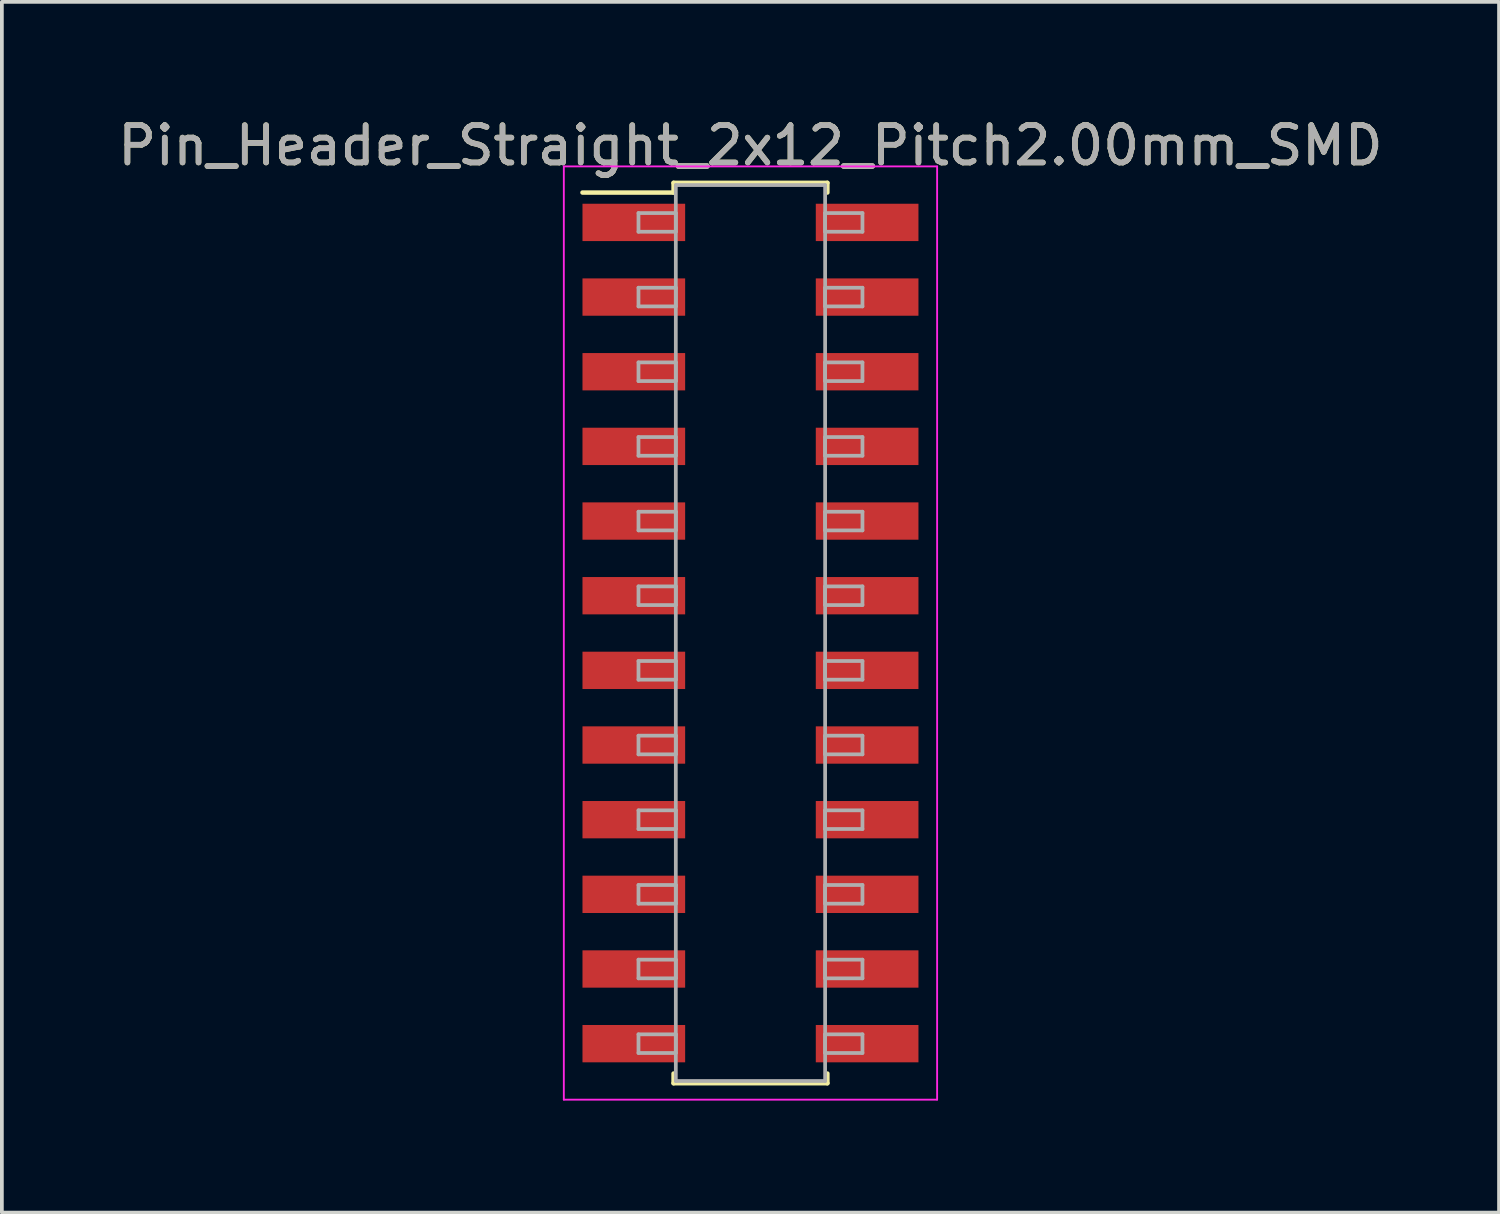
<source format=kicad_pcb>
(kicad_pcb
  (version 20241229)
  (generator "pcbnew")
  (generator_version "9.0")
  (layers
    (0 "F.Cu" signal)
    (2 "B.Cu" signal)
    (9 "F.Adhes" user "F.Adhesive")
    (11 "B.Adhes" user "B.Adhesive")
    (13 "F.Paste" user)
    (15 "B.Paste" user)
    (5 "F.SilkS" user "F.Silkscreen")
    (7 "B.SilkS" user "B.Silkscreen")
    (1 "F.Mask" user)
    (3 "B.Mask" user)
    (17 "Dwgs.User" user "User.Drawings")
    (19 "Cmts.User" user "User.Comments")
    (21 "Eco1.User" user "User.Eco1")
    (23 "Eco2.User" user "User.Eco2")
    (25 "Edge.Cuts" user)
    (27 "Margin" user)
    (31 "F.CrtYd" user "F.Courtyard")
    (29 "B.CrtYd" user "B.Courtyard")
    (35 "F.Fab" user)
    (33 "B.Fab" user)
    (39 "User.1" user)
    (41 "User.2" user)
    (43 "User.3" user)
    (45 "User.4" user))
  (footprint "Pin_Header_Straight_2x12_Pitch2.00mm_SMD"
    (layer "F.Cu")
    (at 17.054 13.908)
    (property "Reference" "Pin_Header_Straight_2x12_Pitch2.00mm_SMD" (at 0 -13.06 0) (layer "F.SilkS") (effects (font (size 1 1) (thickness 0.15))))
    (attr smd)
    (fp_line (start -4.5 -11.8) (end -2.06 -11.8) (stroke (width 0.12) (type solid)) (layer "F.SilkS"))
    (fp_line (start -2.06 -12.06) (end 2.06 -12.06) (stroke (width 0.12) (type solid)) (layer "F.SilkS"))
    (fp_line (start -2.06 -11.8) (end -2.06 -12.06) (stroke (width 0.12) (type solid)) (layer "F.SilkS"))
    (fp_line (start -2.06 11.8) (end -2.06 12.06) (stroke (width 0.12) (type solid)) (layer "F.SilkS"))
    (fp_line (start -2.06 12.06) (end 2.06 12.06) (stroke (width 0.12) (type solid)) (layer "F.SilkS"))
    (fp_line (start 2.06 -12.06) (end 2.06 -11.8) (stroke (width 0.12) (type solid)) (layer "F.SilkS"))
    (fp_line (start 2.06 12.06) (end 2.06 11.8) (stroke (width 0.12) (type solid)) (layer "F.SilkS"))
    (fp_line (start -5 -12.5) (end -5 12.5) (stroke (width 0.05) (type solid)) (layer "F.CrtYd"))
    (fp_line (start -5 12.5) (end 5 12.5) (stroke (width 0.05) (type solid)) (layer "F.CrtYd"))
    (fp_line (start 5 -12.5) (end -5 -12.5) (stroke (width 0.05) (type solid)) (layer "F.CrtYd"))
    (fp_line (start 5 12.5) (end 5 -12.5) (stroke (width 0.05) (type solid)) (layer "F.CrtYd"))
    (fp_line (start -3 -11.25) (end -2 -11.25) (stroke (width 0.1) (type solid)) (layer "F.Fab"))
    (fp_line (start -3 -10.75) (end -3 -11.25) (stroke (width 0.1) (type solid)) (layer "F.Fab"))
    (fp_line (start -3 -9.25) (end -2 -9.25) (stroke (width 0.1) (type solid)) (layer "F.Fab"))
    (fp_line (start -3 -8.75) (end -3 -9.25) (stroke (width 0.1) (type solid)) (layer "F.Fab"))
    (fp_line (start -3 -7.25) (end -2 -7.25) (stroke (width 0.1) (type solid)) (layer "F.Fab"))
    (fp_line (start -3 -6.75) (end -3 -7.25) (stroke (width 0.1) (type solid)) (layer "F.Fab"))
    (fp_line (start -3 -5.25) (end -2 -5.25) (stroke (width 0.1) (type solid)) (layer "F.Fab"))
    (fp_line (start -3 -4.75) (end -3 -5.25) (stroke (width 0.1) (type solid)) (layer "F.Fab"))
    (fp_line (start -3 -3.25) (end -2 -3.25) (stroke (width 0.1) (type solid)) (layer "F.Fab"))
    (fp_line (start -3 -2.75) (end -3 -3.25) (stroke (width 0.1) (type solid)) (layer "F.Fab"))
    (fp_line (start -3 -1.25) (end -2 -1.25) (stroke (width 0.1) (type solid)) (layer "F.Fab"))
    (fp_line (start -3 -0.75) (end -3 -1.25) (stroke (width 0.1) (type solid)) (layer "F.Fab"))
    (fp_line (start -3 0.75) (end -2 0.75) (stroke (width 0.1) (type solid)) (layer "F.Fab"))
    (fp_line (start -3 1.25) (end -3 0.75) (stroke (width 0.1) (type solid)) (layer "F.Fab"))
    (fp_line (start -3 2.75) (end -2 2.75) (stroke (width 0.1) (type solid)) (layer "F.Fab"))
    (fp_line (start -3 3.25) (end -3 2.75) (stroke (width 0.1) (type solid)) (layer "F.Fab"))
    (fp_line (start -3 4.75) (end -2 4.75) (stroke (width 0.1) (type solid)) (layer "F.Fab"))
    (fp_line (start -3 5.25) (end -3 4.75) (stroke (width 0.1) (type solid)) (layer "F.Fab"))
    (fp_line (start -3 6.75) (end -2 6.75) (stroke (width 0.1) (type solid)) (layer "F.Fab"))
    (fp_line (start -3 7.25) (end -3 6.75) (stroke (width 0.1) (type solid)) (layer "F.Fab"))
    (fp_line (start -3 8.75) (end -2 8.75) (stroke (width 0.1) (type solid)) (layer "F.Fab"))
    (fp_line (start -3 9.25) (end -3 8.75) (stroke (width 0.1) (type solid)) (layer "F.Fab"))
    (fp_line (start -3 10.75) (end -2 10.75) (stroke (width 0.1) (type solid)) (layer "F.Fab"))
    (fp_line (start -3 11.25) (end -3 10.75) (stroke (width 0.1) (type solid)) (layer "F.Fab"))
    (fp_line (start -2 -12) (end -2 12) (stroke (width 0.1) (type solid)) (layer "F.Fab"))
    (fp_line (start -2 -11.25) (end -2 -10.75) (stroke (width 0.1) (type solid)) (layer "F.Fab"))
    (fp_line (start -2 -10.75) (end -3 -10.75) (stroke (width 0.1) (type solid)) (layer "F.Fab"))
    (fp_line (start -2 -9.25) (end -2 -8.75) (stroke (width 0.1) (type solid)) (layer "F.Fab"))
    (fp_line (start -2 -8.75) (end -3 -8.75) (stroke (width 0.1) (type solid)) (layer "F.Fab"))
    (fp_line (start -2 -7.25) (end -2 -6.75) (stroke (width 0.1) (type solid)) (layer "F.Fab"))
    (fp_line (start -2 -6.75) (end -3 -6.75) (stroke (width 0.1) (type solid)) (layer "F.Fab"))
    (fp_line (start -2 -5.25) (end -2 -4.75) (stroke (width 0.1) (type solid)) (layer "F.Fab"))
    (fp_line (start -2 -4.75) (end -3 -4.75) (stroke (width 0.1) (type solid)) (layer "F.Fab"))
    (fp_line (start -2 -3.25) (end -2 -2.75) (stroke (width 0.1) (type solid)) (layer "F.Fab"))
    (fp_line (start -2 -2.75) (end -3 -2.75) (stroke (width 0.1) (type solid)) (layer "F.Fab"))
    (fp_line (start -2 -1.25) (end -2 -0.75) (stroke (width 0.1) (type solid)) (layer "F.Fab"))
    (fp_line (start -2 -0.75) (end -3 -0.75) (stroke (width 0.1) (type solid)) (layer "F.Fab"))
    (fp_line (start -2 0.75) (end -2 1.25) (stroke (width 0.1) (type solid)) (layer "F.Fab"))
    (fp_line (start -2 1.25) (end -3 1.25) (stroke (width 0.1) (type solid)) (layer "F.Fab"))
    (fp_line (start -2 2.75) (end -2 3.25) (stroke (width 0.1) (type solid)) (layer "F.Fab"))
    (fp_line (start -2 3.25) (end -3 3.25) (stroke (width 0.1) (type solid)) (layer "F.Fab"))
    (fp_line (start -2 4.75) (end -2 5.25) (stroke (width 0.1) (type solid)) (layer "F.Fab"))
    (fp_line (start -2 5.25) (end -3 5.25) (stroke (width 0.1) (type solid)) (layer "F.Fab"))
    (fp_line (start -2 6.75) (end -2 7.25) (stroke (width 0.1) (type solid)) (layer "F.Fab"))
    (fp_line (start -2 7.25) (end -3 7.25) (stroke (width 0.1) (type solid)) (layer "F.Fab"))
    (fp_line (start -2 8.75) (end -2 9.25) (stroke (width 0.1) (type solid)) (layer "F.Fab"))
    (fp_line (start -2 9.25) (end -3 9.25) (stroke (width 0.1) (type solid)) (layer "F.Fab"))
    (fp_line (start -2 10.75) (end -2 11.25) (stroke (width 0.1) (type solid)) (layer "F.Fab"))
    (fp_line (start -2 11.25) (end -3 11.25) (stroke (width 0.1) (type solid)) (layer "F.Fab"))
    (fp_line (start -2 12) (end 2 12) (stroke (width 0.1) (type solid)) (layer "F.Fab"))
    (fp_line (start 2 -12) (end -2 -12) (stroke (width 0.1) (type solid)) (layer "F.Fab"))
    (fp_line (start 2 -11.25) (end 2 -10.75) (stroke (width 0.1) (type solid)) (layer "F.Fab"))
    (fp_line (start 2 -10.75) (end 3 -10.75) (stroke (width 0.1) (type solid)) (layer "F.Fab"))
    (fp_line (start 2 -9.25) (end 2 -8.75) (stroke (width 0.1) (type solid)) (layer "F.Fab"))
    (fp_line (start 2 -8.75) (end 3 -8.75) (stroke (width 0.1) (type solid)) (layer "F.Fab"))
    (fp_line (start 2 -7.25) (end 2 -6.75) (stroke (width 0.1) (type solid)) (layer "F.Fab"))
    (fp_line (start 2 -6.75) (end 3 -6.75) (stroke (width 0.1) (type solid)) (layer "F.Fab"))
    (fp_line (start 2 -5.25) (end 2 -4.75) (stroke (width 0.1) (type solid)) (layer "F.Fab"))
    (fp_line (start 2 -4.75) (end 3 -4.75) (stroke (width 0.1) (type solid)) (layer "F.Fab"))
    (fp_line (start 2 -3.25) (end 2 -2.75) (stroke (width 0.1) (type solid)) (layer "F.Fab"))
    (fp_line (start 2 -2.75) (end 3 -2.75) (stroke (width 0.1) (type solid)) (layer "F.Fab"))
    (fp_line (start 2 -1.25) (end 2 -0.75) (stroke (width 0.1) (type solid)) (layer "F.Fab"))
    (fp_line (start 2 -0.75) (end 3 -0.75) (stroke (width 0.1) (type solid)) (layer "F.Fab"))
    (fp_line (start 2 0.75) (end 2 1.25) (stroke (width 0.1) (type solid)) (layer "F.Fab"))
    (fp_line (start 2 1.25) (end 3 1.25) (stroke (width 0.1) (type solid)) (layer "F.Fab"))
    (fp_line (start 2 2.75) (end 2 3.25) (stroke (width 0.1) (type solid)) (layer "F.Fab"))
    (fp_line (start 2 3.25) (end 3 3.25) (stroke (width 0.1) (type solid)) (layer "F.Fab"))
    (fp_line (start 2 4.75) (end 2 5.25) (stroke (width 0.1) (type solid)) (layer "F.Fab"))
    (fp_line (start 2 5.25) (end 3 5.25) (stroke (width 0.1) (type solid)) (layer "F.Fab"))
    (fp_line (start 2 6.75) (end 2 7.25) (stroke (width 0.1) (type solid)) (layer "F.Fab"))
    (fp_line (start 2 7.25) (end 3 7.25) (stroke (width 0.1) (type solid)) (layer "F.Fab"))
    (fp_line (start 2 8.75) (end 2 9.25) (stroke (width 0.1) (type solid)) (layer "F.Fab"))
    (fp_line (start 2 9.25) (end 3 9.25) (stroke (width 0.1) (type solid)) (layer "F.Fab"))
    (fp_line (start 2 10.75) (end 2 11.25) (stroke (width 0.1) (type solid)) (layer "F.Fab"))
    (fp_line (start 2 11.25) (end 3 11.25) (stroke (width 0.1) (type solid)) (layer "F.Fab"))
    (fp_line (start 2 12) (end 2 -12) (stroke (width 0.1) (type solid)) (layer "F.Fab"))
    (fp_line (start 3 -11.25) (end 2 -11.25) (stroke (width 0.1) (type solid)) (layer "F.Fab"))
    (fp_line (start 3 -10.75) (end 3 -11.25) (stroke (width 0.1) (type solid)) (layer "F.Fab"))
    (fp_line (start 3 -9.25) (end 2 -9.25) (stroke (width 0.1) (type solid)) (layer "F.Fab"))
    (fp_line (start 3 -8.75) (end 3 -9.25) (stroke (width 0.1) (type solid)) (layer "F.Fab"))
    (fp_line (start 3 -7.25) (end 2 -7.25) (stroke (width 0.1) (type solid)) (layer "F.Fab"))
    (fp_line (start 3 -6.75) (end 3 -7.25) (stroke (width 0.1) (type solid)) (layer "F.Fab"))
    (fp_line (start 3 -5.25) (end 2 -5.25) (stroke (width 0.1) (type solid)) (layer "F.Fab"))
    (fp_line (start 3 -4.75) (end 3 -5.25) (stroke (width 0.1) (type solid)) (layer "F.Fab"))
    (fp_line (start 3 -3.25) (end 2 -3.25) (stroke (width 0.1) (type solid)) (layer "F.Fab"))
    (fp_line (start 3 -2.75) (end 3 -3.25) (stroke (width 0.1) (type solid)) (layer "F.Fab"))
    (fp_line (start 3 -1.25) (end 2 -1.25) (stroke (width 0.1) (type solid)) (layer "F.Fab"))
    (fp_line (start 3 -0.75) (end 3 -1.25) (stroke (width 0.1) (type solid)) (layer "F.Fab"))
    (fp_line (start 3 0.75) (end 2 0.75) (stroke (width 0.1) (type solid)) (layer "F.Fab"))
    (fp_line (start 3 1.25) (end 3 0.75) (stroke (width 0.1) (type solid)) (layer "F.Fab"))
    (fp_line (start 3 2.75) (end 2 2.75) (stroke (width 0.1) (type solid)) (layer "F.Fab"))
    (fp_line (start 3 3.25) (end 3 2.75) (stroke (width 0.1) (type solid)) (layer "F.Fab"))
    (fp_line (start 3 4.75) (end 2 4.75) (stroke (width 0.1) (type solid)) (layer "F.Fab"))
    (fp_line (start 3 5.25) (end 3 4.75) (stroke (width 0.1) (type solid)) (layer "F.Fab"))
    (fp_line (start 3 6.75) (end 2 6.75) (stroke (width 0.1) (type solid)) (layer "F.Fab"))
    (fp_line (start 3 7.25) (end 3 6.75) (stroke (width 0.1) (type solid)) (layer "F.Fab"))
    (fp_line (start 3 8.75) (end 2 8.75) (stroke (width 0.1) (type solid)) (layer "F.Fab"))
    (fp_line (start 3 9.25) (end 3 8.75) (stroke (width 0.1) (type solid)) (layer "F.Fab"))
    (fp_line (start 3 10.75) (end 2 10.75) (stroke (width 0.1) (type solid)) (layer "F.Fab"))
    (fp_line (start 3 11.25) (end 3 10.75) (stroke (width 0.1) (type solid)) (layer "F.Fab"))
    (fp_text user "${REFERENCE}" (at 0 -13.06 0) (layer "F.Fab") (effects (font (size 1 1) (thickness 0.15))))
    (pad "1" smd rect (at -3.125 -11) (size 2.75 1) (layers "F.Cu" "F.Mask" "F.Paste"))
    (pad "2" smd rect (at 3.125 -11) (size 2.75 1) (layers "F.Cu" "F.Mask" "F.Paste"))
    (pad "3" smd rect (at -3.125 -9) (size 2.75 1) (layers "F.Cu" "F.Mask" "F.Paste"))
    (pad "4" smd rect (at 3.125 -9) (size 2.75 1) (layers "F.Cu" "F.Mask" "F.Paste"))
    (pad "5" smd rect (at -3.125 -7) (size 2.75 1) (layers "F.Cu" "F.Mask" "F.Paste"))
    (pad "6" smd rect (at 3.125 -7) (size 2.75 1) (layers "F.Cu" "F.Mask" "F.Paste"))
    (pad "7" smd rect (at -3.125 -5) (size 2.75 1) (layers "F.Cu" "F.Mask" "F.Paste"))
    (pad "8" smd rect (at 3.125 -5) (size 2.75 1) (layers "F.Cu" "F.Mask" "F.Paste"))
    (pad "9" smd rect (at -3.125 -3) (size 2.75 1) (layers "F.Cu" "F.Mask" "F.Paste"))
    (pad "10" smd rect (at 3.125 -3) (size 2.75 1) (layers "F.Cu" "F.Mask" "F.Paste"))
    (pad "11" smd rect (at -3.125 -1) (size 2.75 1) (layers "F.Cu" "F.Mask" "F.Paste"))
    (pad "12" smd rect (at 3.125 -1) (size 2.75 1) (layers "F.Cu" "F.Mask" "F.Paste"))
    (pad "13" smd rect (at -3.125 1) (size 2.75 1) (layers "F.Cu" "F.Mask" "F.Paste"))
    (pad "14" smd rect (at 3.125 1) (size 2.75 1) (layers "F.Cu" "F.Mask" "F.Paste"))
    (pad "15" smd rect (at -3.125 3) (size 2.75 1) (layers "F.Cu" "F.Mask" "F.Paste"))
    (pad "16" smd rect (at 3.125 3) (size 2.75 1) (layers "F.Cu" "F.Mask" "F.Paste"))
    (pad "17" smd rect (at -3.125 5) (size 2.75 1) (layers "F.Cu" "F.Mask" "F.Paste"))
    (pad "18" smd rect (at 3.125 5) (size 2.75 1) (layers "F.Cu" "F.Mask" "F.Paste"))
    (pad "19" smd rect (at -3.125 7) (size 2.75 1) (layers "F.Cu" "F.Mask" "F.Paste"))
    (pad "20" smd rect (at 3.125 7) (size 2.75 1) (layers "F.Cu" "F.Mask" "F.Paste"))
    (pad "21" smd rect (at -3.125 9) (size 2.75 1) (layers "F.Cu" "F.Mask" "F.Paste"))
    (pad "22" smd rect (at 3.125 9) (size 2.75 1) (layers "F.Cu" "F.Mask" "F.Paste"))
    (pad "23" smd rect (at -3.125 11) (size 2.75 1) (layers "F.Cu" "F.Mask" "F.Paste"))
    (pad "24" smd rect (at 3.125 11) (size 2.75 1) (layers "F.Cu" "F.Mask" "F.Paste")))
  (gr_rect
    (start -3 -3)
    (end 37.107 29.433)
    (stroke (width 0.1) (type default))
    (fill no)
    (layer "Edge.Cuts")))
</source>
